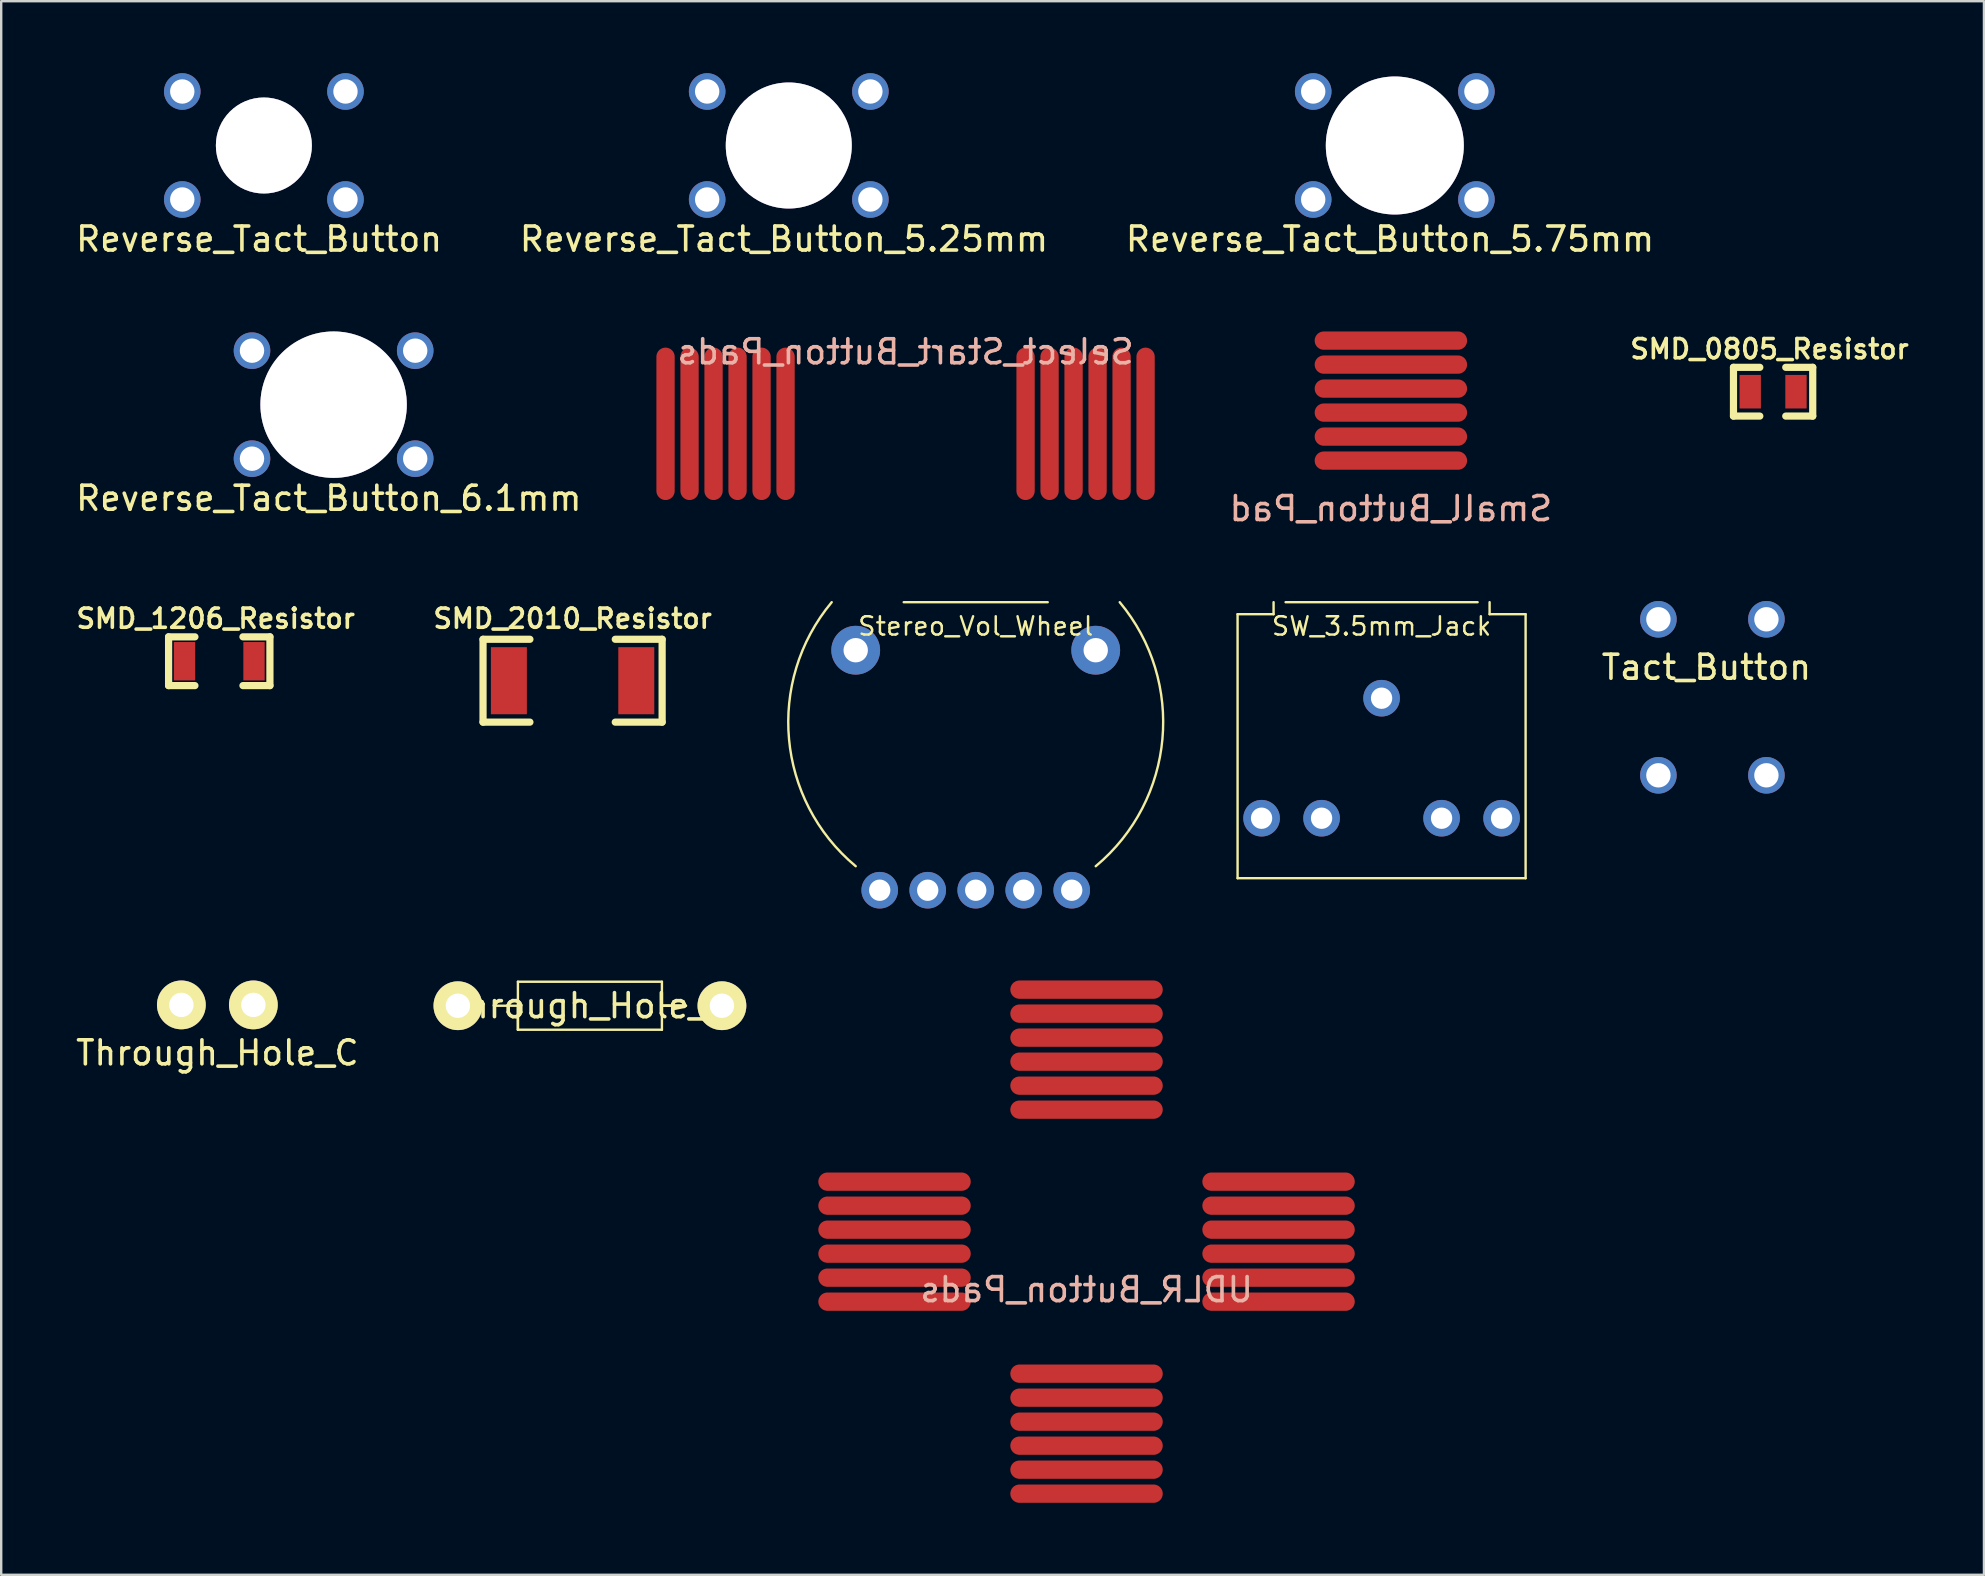
<source format=kicad_pcb>
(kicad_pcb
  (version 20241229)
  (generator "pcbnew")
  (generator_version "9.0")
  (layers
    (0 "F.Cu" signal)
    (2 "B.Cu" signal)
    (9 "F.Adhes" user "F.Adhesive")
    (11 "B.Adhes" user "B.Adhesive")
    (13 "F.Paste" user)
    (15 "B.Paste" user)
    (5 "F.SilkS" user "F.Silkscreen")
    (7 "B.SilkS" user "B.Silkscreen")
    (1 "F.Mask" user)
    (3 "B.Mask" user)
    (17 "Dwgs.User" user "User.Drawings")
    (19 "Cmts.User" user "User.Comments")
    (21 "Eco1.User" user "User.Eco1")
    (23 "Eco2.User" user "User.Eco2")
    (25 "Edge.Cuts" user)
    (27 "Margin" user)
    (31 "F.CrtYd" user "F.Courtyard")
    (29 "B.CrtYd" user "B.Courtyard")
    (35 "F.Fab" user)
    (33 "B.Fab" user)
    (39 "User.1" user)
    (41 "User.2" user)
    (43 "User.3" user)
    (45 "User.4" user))
  (footprint "Reverse_Tact_Button"
    (layer "F.Cu")
    (at 7.944 3.012)
    (property "Reference" "Reverse_Tact_Button" (at -0.2 3.9 180) (layer "F.SilkS") (effects (font (size 1 1) (thickness 0.15))))
    (attr through_hole)
    (pad "" thru_hole circle (at 0 0) (size 4 4) (drill 4) (layers "*.Cu" "*.Mask"))
    (pad "1" thru_hole circle (at -3.4 2.25 90) (size 1.524 1.524) (drill 1.016) (layers "*.Cu" "*.Mask"))
    (pad "2" thru_hole circle (at 3.4 2.25 90) (size 1.524 1.524) (drill 1.016) (layers "*.Cu" "*.Mask"))
    (pad "3" thru_hole circle (at -3.4 -2.25 90) (size 1.524 1.524) (drill 1.016) (layers "*.Cu" "*.Mask"))
    (pad "4" thru_hole circle (at 3.4 -2.25 90) (size 1.524 1.524) (drill 1.016) (layers "*.Cu" "*.Mask")))
  (footprint "Select_Start_Button_Pads"
    (layer "F.Cu")
    (at 34.679 14.608)
    (property "Reference" "Select_Start_Button_Pads" (at 0 -3 0) (layer "B.SilkS") (effects (font (size 1 1) (thickness 0.15)) (justify mirror)))
    (attr through_hole)
    (pad "1" smd oval (at -10 0) (size 0.762 6.35) (layers "F.Cu" "F.Mask" "F.Paste"))
    (pad "1" smd oval (at 5 0) (size 0.762 6.35) (layers "F.Cu" "F.Mask" "F.Paste"))
    (pad "2" smd oval (at -9 0) (size 0.762 6.35) (layers "F.Cu" "F.Mask" "F.Paste"))
    (pad "2" smd oval (at 6 0) (size 0.762 6.35) (layers "F.Cu" "F.Mask" "F.Paste"))
    (pad "3" smd oval (at -8 0) (size 0.762 6.35) (layers "F.Cu" "F.Mask" "F.Paste"))
    (pad "3" smd oval (at 7 0) (size 0.762 6.35) (layers "F.Cu" "F.Mask" "F.Paste"))
    (pad "4" smd oval (at -7 0) (size 0.762 6.35) (layers "F.Cu" "F.Mask" "F.Paste"))
    (pad "4" smd oval (at 8 0) (size 0.762 6.35) (layers "F.Cu" "F.Mask" "F.Paste"))
    (pad "5" smd oval (at -6 0) (size 0.762 6.35) (layers "F.Cu" "F.Mask" "F.Paste"))
    (pad "5" smd oval (at 9 0) (size 0.762 6.35) (layers "F.Cu" "F.Mask" "F.Paste"))
    (pad "6" smd oval (at -5 0) (size 0.762 6.35) (layers "F.Cu" "F.Mask" "F.Paste"))
    (pad "6" smd oval (at 10 0) (size 0.762 6.35) (layers "F.Cu" "F.Mask" "F.Paste")))
  (footprint "Stereo_Vol_Wheel"
    (layer "F.Cu")
    (at 37.602 28.54)
    (property "Reference" "Stereo_Vol_Wheel" (at 0 -5.5 0) (layer "F.SilkS") (effects (font (size 0.762 0.762) (thickness 0.102))))
    (attr through_hole)
    (fp_line (start -3 -6.5) (end 3 -6.5) (stroke (width 0.1) (type solid)) (layer "F.SilkS"))
    (fp_arc (start -5 4.5) (mid -7.778175 -0.792893) (end -6 -6.5) (stroke (width 0.1) (type solid)) (layer "F.SilkS"))
    (fp_arc (start 6 -6.5) (mid 7.778175 -0.792893) (end 5 4.5) (stroke (width 0.1) (type solid)) (layer "F.SilkS"))
    (pad "1" thru_hole circle (at -4 5.5 270) (size 1.524 1.524) (drill 0.889) (layers "*.Cu" "*.Mask"))
    (pad "2" thru_hole circle (at -2 5.5 270) (size 1.524 1.524) (drill 0.889) (layers "*.Cu" "*.Mask"))
    (pad "3" thru_hole circle (at 0 5.5 270) (size 1.524 1.524) (drill 0.889) (layers "*.Cu" "*.Mask"))
    (pad "4" thru_hole circle (at 2 5.5 270) (size 1.524 1.524) (drill 0.889) (layers "*.Cu" "*.Mask"))
    (pad "5" thru_hole circle (at 4 5.5 270) (size 1.524 1.524) (drill 0.889) (layers "*.Cu" "*.Mask"))
    (pad "6" thru_hole circle (at -5 -4.5 270) (size 2.032 2.032) (drill 1.016) (layers "*.Cu" "*.Mask"))
    (pad "6" thru_hole circle (at 5 -4.5 270) (size 2.032 2.032) (drill 1.016) (layers "*.Cu" "*.Mask")))
  (footprint "Through_Hole_C"
    (layer "F.Cu")
    (at 6.006 38.818)
    (property "Reference" "Through_Hole_C" (at 0 2 0) (layer "F.SilkS") (effects (font (size 1 1) (thickness 0.15))))
    (attr through_hole)
    (pad "1" thru_hole circle (at -1.5 0 270) (size 2.032 2.032) (drill 1.016) (layers "*.Cu" "*.Mask" "F.SilkS"))
    (pad "2" thru_hole circle (at 1.5 0 270) (size 2.032 2.032) (drill 1.016) (layers "*.Cu" "*.Mask" "F.SilkS")))
  (footprint "Small_Button_Pad"
    (layer "F.Cu")
    (at 54.899 13.641)
    (property "Reference" "Small_Button_Pad" (at 0 4.5 0) (layer "B.SilkS") (effects (font (size 1 1) (thickness 0.15)) (justify mirror)))
    (attr through_hole)
    (pad "1" smd oval (at 0 -2.5) (size 6.35 0.762) (layers "F.Cu" "F.Mask" "F.Paste"))
    (pad "2" smd oval (at 0 -1.5) (size 6.35 0.762) (layers "F.Cu" "F.Mask" "F.Paste"))
    (pad "3" smd oval (at 0 -0.5) (size 6.35 0.762) (layers "F.Cu" "F.Mask" "F.Paste"))
    (pad "4" smd oval (at 0 0.5) (size 6.35 0.762) (layers "F.Cu" "F.Mask" "F.Paste"))
    (pad "5" smd oval (at 0 1.5) (size 6.35 0.762) (layers "F.Cu" "F.Mask" "F.Paste"))
    (pad "6" smd oval (at 0 2.5) (size 6.35 0.762) (layers "F.Cu" "F.Mask" "F.Paste")))
  (footprint "Reverse_Tact_Button_5.25mm"
    (layer "F.Cu")
    (at 29.813 3.012)
    (property "Reference" "Reverse_Tact_Button_5.25mm" (at -0.2 3.9 180) (layer "F.SilkS") (effects (font (size 1 1) (thickness 0.15))))
    (attr through_hole)
    (pad "" thru_hole circle (at 0 0) (size 5.25 5.25) (drill 5.25) (layers "*.Cu" "*.Mask"))
    (pad "1" thru_hole circle (at -3.4 2.25 90) (size 1.524 1.524) (drill 1.016) (layers "*.Cu" "*.Mask"))
    (pad "2" thru_hole circle (at 3.4 2.25 90) (size 1.524 1.524) (drill 1.016) (layers "*.Cu" "*.Mask"))
    (pad "3" thru_hole circle (at -3.4 -2.25 90) (size 1.524 1.524) (drill 1.016) (layers "*.Cu" "*.Mask"))
    (pad "4" thru_hole circle (at 3.4 -2.25 90) (size 1.524 1.524) (drill 1.016) (layers "*.Cu" "*.Mask")))
  (footprint "Reverse_Tact_Button_5.75mm"
    (layer "F.Cu")
    (at 55.063 3.012)
    (property "Reference" "Reverse_Tact_Button_5.75mm" (at -0.2 3.9 180) (layer "F.SilkS") (effects (font (size 1 1) (thickness 0.15))))
    (attr through_hole)
    (pad "" thru_hole circle (at 0 0) (size 5.75 5.75) (drill 5.75) (layers "*.Cu" "*.Mask"))
    (pad "1" thru_hole circle (at -3.4 2.25 90) (size 1.524 1.524) (drill 1.016) (layers "*.Cu" "*.Mask"))
    (pad "2" thru_hole circle (at 3.4 2.25 90) (size 1.524 1.524) (drill 1.016) (layers "*.Cu" "*.Mask"))
    (pad "3" thru_hole circle (at -3.4 -2.25 90) (size 1.524 1.524) (drill 1.016) (layers "*.Cu" "*.Mask"))
    (pad "4" thru_hole circle (at 3.4 -2.25 90) (size 1.524 1.524) (drill 1.016) (layers "*.Cu" "*.Mask")))
  (footprint "SMD_0805_Resistor"
    (layer "F.Cu")
    (at 70.824 13.27)
    (property "Reference" "SMD_0805_Resistor" (at -0.15 -1.778 0) (layer "F.SilkS") (effects (font (size 0.8 0.8) (thickness 0.15))))
    (attr smd)
    (fp_line (start -1.651 -1.016) (end -1.651 1.016) (stroke (width 0.3) (type solid)) (layer "F.SilkS"))
    (fp_line (start -1.651 1.016) (end -0.554 1.016) (stroke (width 0.3) (type solid)) (layer "F.SilkS"))
    (fp_line (start -0.554 -1.016) (end -1.651 -1.016) (stroke (width 0.3) (type solid)) (layer "F.SilkS"))
    (fp_line (start 0.527 -1.016) (end 1.651 -1.016) (stroke (width 0.3) (type solid)) (layer "F.SilkS"))
    (fp_line (start 1.651 -1.016) (end 1.651 1.016) (stroke (width 0.3) (type solid)) (layer "F.SilkS"))
    (fp_line (start 1.651 1.016) (end 0.527 1.016) (stroke (width 0.3) (type solid)) (layer "F.SilkS"))
    (pad "1" smd rect (at -0.953 0) (size 0.889 1.397) (layers "F.Cu" "F.Mask" "F.Paste"))
    (pad "2" smd rect (at 0.953 0) (size 0.889 1.397) (layers "F.Cu" "F.Mask" "F.Paste")))
  (footprint "SW_3.5mm_Jack"
    (layer "F.Cu")
    (at 54.512 27.54)
    (property "Reference" "SW_3.5mm_Jack" (at 0 -4.5 0) (layer "F.SilkS") (effects (font (size 0.762 0.762) (thickness 0.102))))
    (attr through_hole)
    (fp_line (start -6 -5) (end -6 6) (stroke (width 0.1) (type solid)) (layer "F.SilkS"))
    (fp_line (start -6 -5) (end -4.5 -5) (stroke (width 0.1) (type solid)) (layer "F.SilkS"))
    (fp_line (start -6 6) (end 6 6) (stroke (width 0.1) (type solid)) (layer "F.SilkS"))
    (fp_line (start -4.5 -5) (end -4.5 -5.5) (stroke (width 0.1) (type solid)) (layer "F.SilkS"))
    (fp_line (start 4 -5.5) (end -4 -5.5) (stroke (width 0.1) (type solid)) (layer "F.SilkS"))
    (fp_line (start 4.5 -5) (end 4.5 -5.5) (stroke (width 0.1) (type solid)) (layer "F.SilkS"))
    (fp_line (start 6 -5) (end 4.5 -5) (stroke (width 0.1) (type solid)) (layer "F.SilkS"))
    (fp_line (start 6 6) (end 6 -5) (stroke (width 0.1) (type solid)) (layer "F.SilkS"))
    (pad "1" thru_hole circle (at -5 3.5 270) (size 1.524 1.524) (drill 0.889) (layers "*.Cu" "*.Mask"))
    (pad "2" thru_hole circle (at -2.5 3.5 270) (size 1.524 1.524) (drill 0.889) (layers "*.Cu" "*.Mask"))
    (pad "3" thru_hole circle (at 2.5 3.5 270) (size 1.524 1.524) (drill 0.889) (layers "*.Cu" "*.Mask"))
    (pad "4" thru_hole circle (at 5 3.5 270) (size 1.524 1.524) (drill 0.889) (layers "*.Cu" "*.Mask"))
    (pad "5" thru_hole circle (at 0 -1.5 270) (size 1.524 1.524) (drill 0.889) (layers "*.Cu" "*.Mask")))
  (footprint "Tact_Button"
    (layer "F.Cu")
    (at 66.045 22.752)
    (property "Reference" "Tact_Button" (at 2 2 0) (layer "F.SilkS") (effects (font (size 1 1) (thickness 0.15))))
    (attr through_hole)
    (pad "1" thru_hole circle (at 0 0) (size 1.524 1.524) (drill 1.016) (layers "*.Cu" "*.Mask"))
    (pad "2" thru_hole circle (at 4.5 0) (size 1.524 1.524) (drill 1.016) (layers "*.Cu" "*.Mask"))
    (pad "3" thru_hole circle (at 0 6.5) (size 1.524 1.524) (drill 1.016) (layers "*.Cu" "*.Mask"))
    (pad "4" thru_hole circle (at 4.5 6.5) (size 1.524 1.524) (drill 1.016) (layers "*.Cu" "*.Mask")))
  (footprint "Through_Hole_R"
    (layer "F.Cu")
    (at 21.528 38.852)
    (property "Reference" "Through_Hole_R" (at 0 0 0) (layer "F.SilkS") (effects (font (size 1 1) (thickness 0.15))))
    (attr through_hole)
    (fp_line (start -3 -1) (end -3 0) (stroke (width 0.1) (type solid)) (layer "F.SilkS"))
    (fp_line (start -3 0) (end -4 0) (stroke (width 0.1) (type solid)) (layer "F.SilkS"))
    (fp_line (start -3 0) (end -3 1) (stroke (width 0.1) (type solid)) (layer "F.SilkS"))
    (fp_line (start -3 1) (end -3 0) (stroke (width 0.1) (type solid)) (layer "F.SilkS"))
    (fp_line (start 3 -1) (end -3 -1) (stroke (width 0.1) (type solid)) (layer "F.SilkS"))
    (fp_line (start 3 0) (end 3 -1) (stroke (width 0.1) (type solid)) (layer "F.SilkS"))
    (fp_line (start 3 0) (end 3 1) (stroke (width 0.1) (type solid)) (layer "F.SilkS"))
    (fp_line (start 3 0) (end 4 0) (stroke (width 0.1) (type solid)) (layer "F.SilkS"))
    (fp_line (start 3 0) (end 4 0) (stroke (width 0.1) (type solid)) (layer "F.SilkS"))
    (fp_line (start 3 1) (end -3 1) (stroke (width 0.1) (type solid)) (layer "F.SilkS"))
    (fp_line (start 4 0) (end 3 0) (stroke (width 0.1) (type solid)) (layer "F.SilkS"))
    (pad "1" thru_hole circle (at -5.5 0 270) (size 2.032 2.032) (drill 1.016) (layers "*.Cu" "*.Mask" "F.SilkS"))
    (pad "2" thru_hole circle (at 5.5 0 270) (size 2.032 2.032) (drill 1.016) (layers "*.Cu" "*.Mask" "F.SilkS")))
  (footprint "SMD_1206_Resistor"
    (layer "F.Cu")
    (at 6.085 24.499)
    (property "Reference" "SMD_1206_Resistor" (at -0.15 -1.778 0) (layer "F.SilkS") (effects (font (size 0.8 0.8) (thickness 0.15))))
    (attr smd)
    (fp_line (start -2.111 -1.016) (end -2.111 1.016) (stroke (width 0.3) (type solid)) (layer "F.SilkS"))
    (fp_line (start -2.111 1.016) (end -1.014 1.016) (stroke (width 0.3) (type solid)) (layer "F.SilkS"))
    (fp_line (start -1.014 -1.016) (end -2.111 -1.016) (stroke (width 0.3) (type solid)) (layer "F.SilkS"))
    (fp_line (start 0.987 -1.016) (end 2.111 -1.016) (stroke (width 0.3) (type solid)) (layer "F.SilkS"))
    (fp_line (start 2.111 -1.016) (end 2.111 1.016) (stroke (width 0.3) (type solid)) (layer "F.SilkS"))
    (fp_line (start 2.111 1.016) (end 0.987 1.016) (stroke (width 0.3) (type solid)) (layer "F.SilkS"))
    (pad "1" smd rect (at -1.448 0) (size 0.889 1.6) (layers "F.Cu" "F.Mask" "F.Paste"))
    (pad "2" smd rect (at 1.448 0) (size 0.889 1.6) (layers "F.Cu" "F.Mask" "F.Paste")))
  (footprint "SMD_2010_Resistor"
    (layer "F.Cu")
    (at 20.806 25.311)
    (property "Reference" "SMD_2010_Resistor" (at 0 -2.59 0) (layer "F.SilkS") (effects (font (size 0.8 0.8) (thickness 0.15))))
    (attr smd)
    (fp_line (start -3.731 -1.726) (end -3.731 1.726) (stroke (width 0.3) (type solid)) (layer "F.SilkS"))
    (fp_line (start -3.731 -1.726) (end -1.778 -1.726) (stroke (width 0.3) (type solid)) (layer "F.SilkS"))
    (fp_line (start -3.731 1.726) (end -1.778 1.726) (stroke (width 0.3) (type solid)) (layer "F.SilkS"))
    (fp_line (start 1.778 -1.726) (end 3.731 -1.726) (stroke (width 0.3) (type solid)) (layer "F.SilkS"))
    (fp_line (start 1.778 1.726) (end 3.731 1.726) (stroke (width 0.3) (type solid)) (layer "F.SilkS"))
    (fp_line (start 3.731 -1.726) (end 3.731 1.726) (stroke (width 0.3) (type solid)) (layer "F.SilkS"))
    (pad "1" smd rect (at -2.654 0) (size 1.499 2.794) (layers "F.Cu" "F.Mask" "F.Paste"))
    (pad "2" smd rect (at 2.654 0) (size 1.499 2.794) (layers "F.Cu" "F.Mask" "F.Paste")))
  (footprint "Reverse_Tact_Button_6.1mm"
    (layer "F.Cu")
    (at 10.849 13.81)
    (property "Reference" "Reverse_Tact_Button_6.1mm" (at -0.2 3.9 180) (layer "F.SilkS") (effects (font (size 1 1) (thickness 0.15))))
    (attr through_hole)
    (pad "" thru_hole circle (at 0 0) (size 6.1 6.1) (drill 6.1) (layers "*.Cu" "*.Mask"))
    (pad "1" thru_hole circle (at -3.4 2.25 90) (size 1.524 1.524) (drill 1.016) (layers "*.Cu" "*.Mask"))
    (pad "2" thru_hole circle (at 3.4 2.25 90) (size 1.524 1.524) (drill 1.016) (layers "*.Cu" "*.Mask"))
    (pad "3" thru_hole circle (at -3.4 -2.25 90) (size 1.524 1.524) (drill 1.016) (layers "*.Cu" "*.Mask"))
    (pad "4" thru_hole circle (at 3.4 -2.25 90) (size 1.524 1.524) (drill 1.016) (layers "*.Cu" "*.Mask")))
  (footprint "UDLR_Button_Pads"
    (layer "F.Cu")
    (at 42.219 48.682)
    (property "Reference" "UDLR_Button_Pads" (at 0 2 0) (layer "B.SilkS") (effects (font (size 1 1) (thickness 0.15)) (justify mirror)))
    (attr through_hole)
    (pad "1" smd oval (at -8 -2.5) (size 6.35 0.762) (layers "F.Cu" "F.Mask" "F.Paste"))
    (pad "1" smd oval (at 0 -10.5) (size 6.35 0.762) (layers "F.Cu" "F.Mask" "F.Paste"))
    (pad "1" smd oval (at 0 5.5) (size 6.35 0.762) (layers "F.Cu" "F.Mask" "F.Paste"))
    (pad "1" smd oval (at 8 -2.5) (size 6.35 0.762) (layers "F.Cu" "F.Mask" "F.Paste"))
    (pad "2" smd oval (at -8 -1.5) (size 6.35 0.762) (layers "F.Cu" "F.Mask" "F.Paste"))
    (pad "2" smd oval (at 0 -9.5) (size 6.35 0.762) (layers "F.Cu" "F.Mask" "F.Paste"))
    (pad "2" smd oval (at 0 6.5) (size 6.35 0.762) (layers "F.Cu" "F.Mask" "F.Paste"))
    (pad "2" smd oval (at 8 -1.5) (size 6.35 0.762) (layers "F.Cu" "F.Mask" "F.Paste"))
    (pad "3" smd oval (at -8 -0.5) (size 6.35 0.762) (layers "F.Cu" "F.Mask" "F.Paste"))
    (pad "3" smd oval (at 0 -8.5) (size 6.35 0.762) (layers "F.Cu" "F.Mask" "F.Paste"))
    (pad "3" smd oval (at 0 7.5) (size 6.35 0.762) (layers "F.Cu" "F.Mask" "F.Paste"))
    (pad "3" smd oval (at 8 -0.5) (size 6.35 0.762) (layers "F.Cu" "F.Mask" "F.Paste"))
    (pad "4" smd oval (at -8 0.5) (size 6.35 0.762) (layers "F.Cu" "F.Mask" "F.Paste"))
    (pad "4" smd oval (at 0 -7.5) (size 6.35 0.762) (layers "F.Cu" "F.Mask" "F.Paste"))
    (pad "4" smd oval (at 0 8.5) (size 6.35 0.762) (layers "F.Cu" "F.Mask" "F.Paste"))
    (pad "4" smd oval (at 8 0.5) (size 6.35 0.762) (layers "F.Cu" "F.Mask" "F.Paste"))
    (pad "5" smd oval (at -8 1.5) (size 6.35 0.762) (layers "F.Cu" "F.Mask" "F.Paste"))
    (pad "5" smd oval (at 0 -6.5) (size 6.35 0.762) (layers "F.Cu" "F.Mask" "F.Paste"))
    (pad "5" smd oval (at 0 9.5) (size 6.35 0.762) (layers "F.Cu" "F.Mask" "F.Paste"))
    (pad "5" smd oval (at 8 1.5) (size 6.35 0.762) (layers "F.Cu" "F.Mask" "F.Paste"))
    (pad "6" smd oval (at -8 2.5) (size 6.35 0.762) (layers "F.Cu" "F.Mask" "F.Paste"))
    (pad "6" smd oval (at 0 -5.5) (size 6.35 0.762) (layers "F.Cu" "F.Mask" "F.Paste"))
    (pad "6" smd oval (at 0 10.5) (size 6.35 0.762) (layers "F.Cu" "F.Mask" "F.Paste"))
    (pad "6" smd oval (at 8 2.5) (size 6.35 0.762) (layers "F.Cu" "F.Mask" "F.Paste")))
  (gr_rect
    (start -3 -3)
    (end 79.609 62.563)
    (stroke (width 0.1) (type default))
    (fill no)
    (layer "Edge.Cuts")))
</source>
